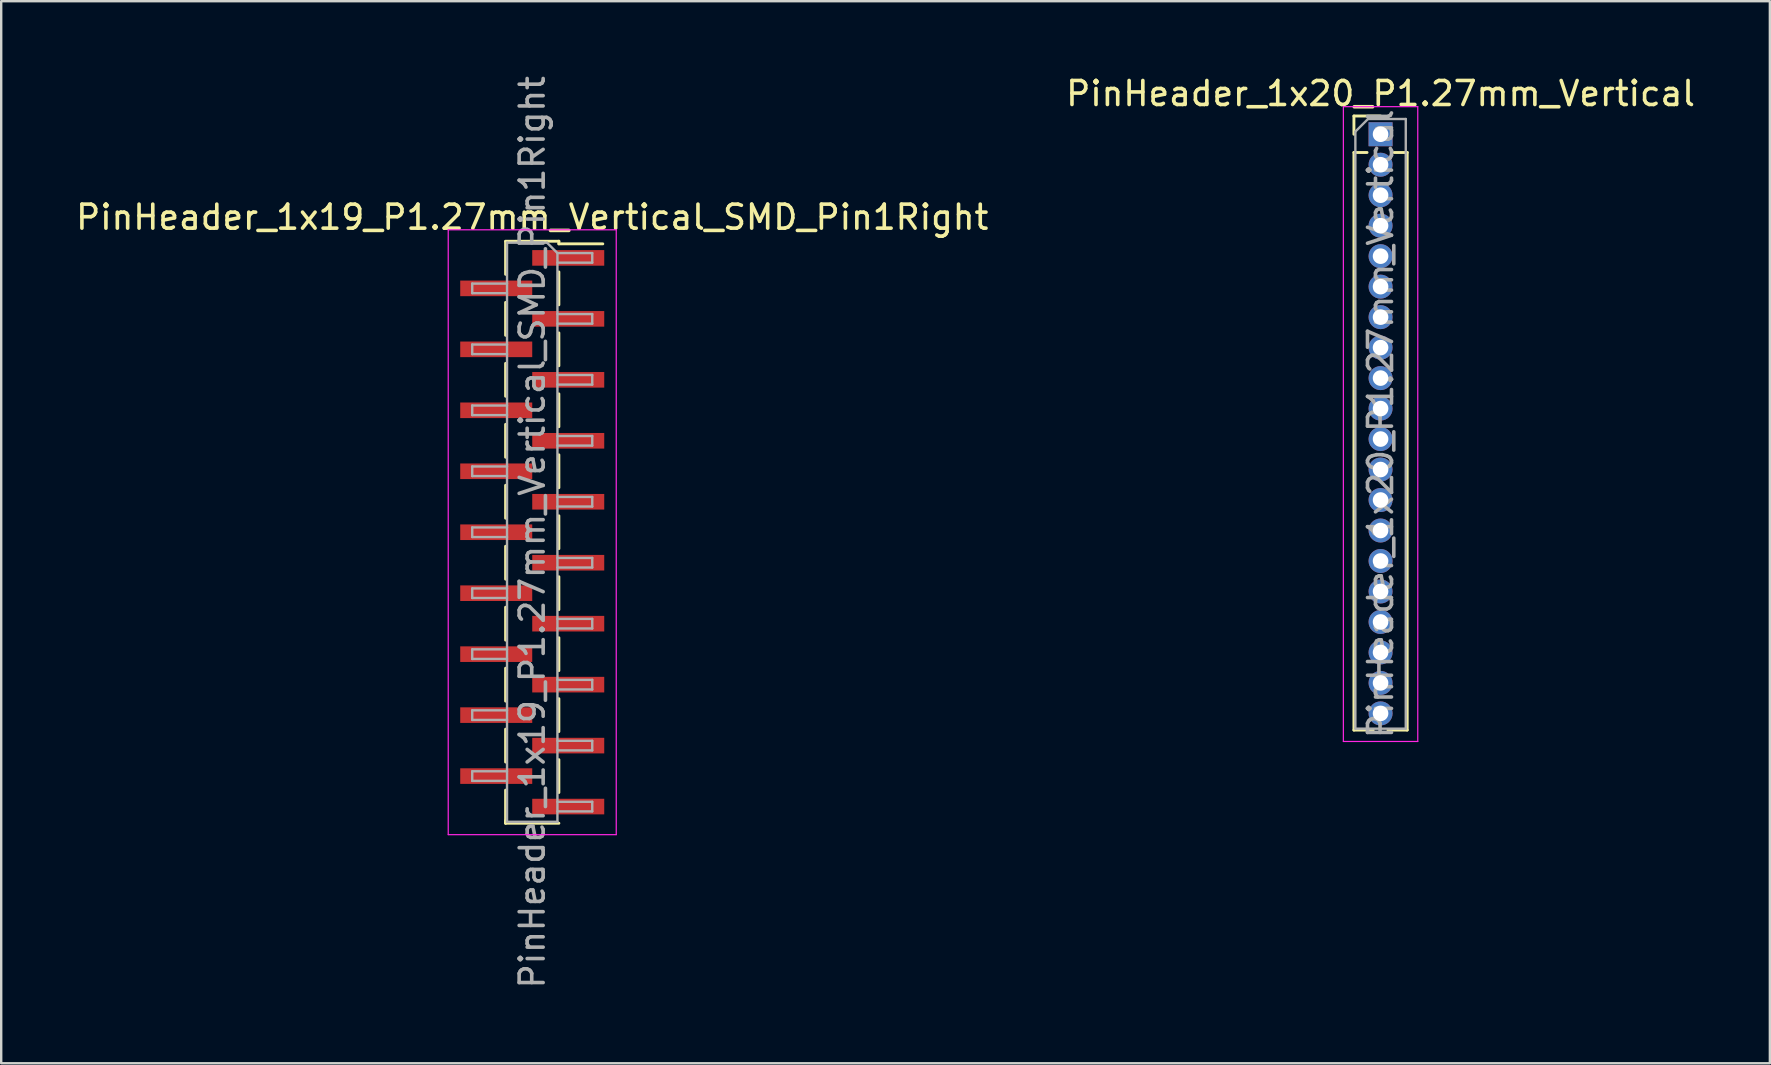
<source format=kicad_pcb>
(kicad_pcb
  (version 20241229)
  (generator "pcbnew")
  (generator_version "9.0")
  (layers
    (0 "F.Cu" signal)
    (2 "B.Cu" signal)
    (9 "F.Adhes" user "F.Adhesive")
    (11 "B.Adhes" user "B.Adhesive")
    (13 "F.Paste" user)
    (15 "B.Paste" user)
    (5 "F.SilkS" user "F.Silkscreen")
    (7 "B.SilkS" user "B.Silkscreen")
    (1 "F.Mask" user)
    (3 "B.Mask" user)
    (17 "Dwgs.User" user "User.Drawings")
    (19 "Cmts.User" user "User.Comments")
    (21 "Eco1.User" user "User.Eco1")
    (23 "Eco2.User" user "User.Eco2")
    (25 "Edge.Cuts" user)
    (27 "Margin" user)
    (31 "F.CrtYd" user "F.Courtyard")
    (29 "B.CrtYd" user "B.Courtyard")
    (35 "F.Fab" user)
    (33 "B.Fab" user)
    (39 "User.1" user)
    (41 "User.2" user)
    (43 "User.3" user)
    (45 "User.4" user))
  (footprint "PinHeader_1x20_P1.27mm_Vertical"
    (layer "F.Cu")
    (at 54.47 2.543)
    (property "Reference" "PinHeader_1x20_P1.27mm_Vertical" (at 0 -1.695 0) (layer "F.SilkS") (effects (font (size 1 1) (thickness 0.15))))
    (attr through_hole)
    (fp_line (start -1.11 -0.76) (end 0 -0.76) (stroke (width 0.12) (type solid)) (layer "F.SilkS"))
    (fp_line (start -1.11 0) (end -1.11 -0.76) (stroke (width 0.12) (type solid)) (layer "F.SilkS"))
    (fp_line (start -1.11 0.76) (end -1.11 24.825) (stroke (width 0.12) (type solid)) (layer "F.SilkS"))
    (fp_line (start -1.11 0.76) (end -0.563 0.76) (stroke (width 0.12) (type solid)) (layer "F.SilkS"))
    (fp_line (start -1.11 24.825) (end -0.308 24.825) (stroke (width 0.12) (type solid)) (layer "F.SilkS"))
    (fp_line (start 0.308 24.825) (end 1.11 24.825) (stroke (width 0.12) (type solid)) (layer "F.SilkS"))
    (fp_line (start 0.563 0.76) (end 1.11 0.76) (stroke (width 0.12) (type solid)) (layer "F.SilkS"))
    (fp_line (start 1.11 0.76) (end 1.11 24.825) (stroke (width 0.12) (type solid)) (layer "F.SilkS"))
    (fp_line (start -1.55 -1.15) (end -1.55 25.3) (stroke (width 0.05) (type solid)) (layer "F.CrtYd"))
    (fp_line (start -1.55 25.3) (end 1.55 25.3) (stroke (width 0.05) (type solid)) (layer "F.CrtYd"))
    (fp_line (start 1.55 -1.15) (end -1.55 -1.15) (stroke (width 0.05) (type solid)) (layer "F.CrtYd"))
    (fp_line (start 1.55 25.3) (end 1.55 -1.15) (stroke (width 0.05) (type solid)) (layer "F.CrtYd"))
    (fp_line (start -1.05 -0.11) (end -0.525 -0.635) (stroke (width 0.1) (type solid)) (layer "F.Fab"))
    (fp_line (start -1.05 24.765) (end -1.05 -0.11) (stroke (width 0.1) (type solid)) (layer "F.Fab"))
    (fp_line (start -0.525 -0.635) (end 1.05 -0.635) (stroke (width 0.1) (type solid)) (layer "F.Fab"))
    (fp_line (start 1.05 -0.635) (end 1.05 24.765) (stroke (width 0.1) (type solid)) (layer "F.Fab"))
    (fp_line (start 1.05 24.765) (end -1.05 24.765) (stroke (width 0.1) (type solid)) (layer "F.Fab"))
    (fp_text user "${REFERENCE}" (at 0 12.065 90) (layer "F.Fab") (effects (font (size 1 1) (thickness 0.15))))
    (pad "1" thru_hole rect (at 0 0) (size 1 1) (drill 0.65) (layers "*.Cu" "*.Mask"))
    (pad "2" thru_hole oval (at 0 1.27) (size 1 1) (drill 0.65) (layers "*.Cu" "*.Mask"))
    (pad "3" thru_hole oval (at 0 2.54) (size 1 1) (drill 0.65) (layers "*.Cu" "*.Mask"))
    (pad "4" thru_hole oval (at 0 3.81) (size 1 1) (drill 0.65) (layers "*.Cu" "*.Mask"))
    (pad "5" thru_hole oval (at 0 5.08) (size 1 1) (drill 0.65) (layers "*.Cu" "*.Mask"))
    (pad "6" thru_hole oval (at 0 6.35) (size 1 1) (drill 0.65) (layers "*.Cu" "*.Mask"))
    (pad "7" thru_hole oval (at 0 7.62) (size 1 1) (drill 0.65) (layers "*.Cu" "*.Mask"))
    (pad "8" thru_hole oval (at 0 8.89) (size 1 1) (drill 0.65) (layers "*.Cu" "*.Mask"))
    (pad "9" thru_hole oval (at 0 10.16) (size 1 1) (drill 0.65) (layers "*.Cu" "*.Mask"))
    (pad "10" thru_hole oval (at 0 11.43) (size 1 1) (drill 0.65) (layers "*.Cu" "*.Mask"))
    (pad "11" thru_hole oval (at 0 12.7) (size 1 1) (drill 0.65) (layers "*.Cu" "*.Mask"))
    (pad "12" thru_hole oval (at 0 13.97) (size 1 1) (drill 0.65) (layers "*.Cu" "*.Mask"))
    (pad "13" thru_hole oval (at 0 15.24) (size 1 1) (drill 0.65) (layers "*.Cu" "*.Mask"))
    (pad "14" thru_hole oval (at 0 16.51) (size 1 1) (drill 0.65) (layers "*.Cu" "*.Mask"))
    (pad "15" thru_hole oval (at 0 17.78) (size 1 1) (drill 0.65) (layers "*.Cu" "*.Mask"))
    (pad "16" thru_hole oval (at 0 19.05) (size 1 1) (drill 0.65) (layers "*.Cu" "*.Mask"))
    (pad "17" thru_hole oval (at 0 20.32) (size 1 1) (drill 0.65) (layers "*.Cu" "*.Mask"))
    (pad "18" thru_hole oval (at 0 21.59) (size 1 1) (drill 0.65) (layers "*.Cu" "*.Mask"))
    (pad "19" thru_hole oval (at 0 22.86) (size 1 1) (drill 0.65) (layers "*.Cu" "*.Mask"))
    (pad "20" thru_hole oval (at 0 24.13) (size 1 1) (drill 0.65) (layers "*.Cu" "*.Mask")))
  (footprint "PinHeader_1x19_P1.27mm_Vertical_SMD_Pin1Right"
    (layer "F.Cu")
    (at 19.125 19.125)
    (property "Reference" "PinHeader_1x19_P1.27mm_Vertical_SMD_Pin1Right" (at 0 -13.125 0) (layer "F.SilkS") (effects (font (size 1 1) (thickness 0.15))))
    (attr smd)
    (fp_line (start -1.11 -12.125) (end 1.11 -12.125) (stroke (width 0.12) (type solid)) (layer "F.SilkS"))
    (fp_line (start -1.11 -12.115) (end -1.11 -10.745) (stroke (width 0.12) (type solid)) (layer "F.SilkS"))
    (fp_line (start -1.11 -9.575) (end -1.11 -8.205) (stroke (width 0.12) (type solid)) (layer "F.SilkS"))
    (fp_line (start -1.11 -7.035) (end -1.11 -5.665) (stroke (width 0.12) (type solid)) (layer "F.SilkS"))
    (fp_line (start -1.11 -4.495) (end -1.11 -3.125) (stroke (width 0.12) (type solid)) (layer "F.SilkS"))
    (fp_line (start -1.11 -1.955) (end -1.11 -0.585) (stroke (width 0.12) (type solid)) (layer "F.SilkS"))
    (fp_line (start -1.11 0.585) (end -1.11 1.955) (stroke (width 0.12) (type solid)) (layer "F.SilkS"))
    (fp_line (start -1.11 3.125) (end -1.11 4.495) (stroke (width 0.12) (type solid)) (layer "F.SilkS"))
    (fp_line (start -1.11 5.665) (end -1.11 7.035) (stroke (width 0.12) (type solid)) (layer "F.SilkS"))
    (fp_line (start -1.11 8.205) (end -1.11 9.575) (stroke (width 0.12) (type solid)) (layer "F.SilkS"))
    (fp_line (start -1.11 10.745) (end -1.11 12.115) (stroke (width 0.12) (type solid)) (layer "F.SilkS"))
    (fp_line (start -1.11 12.015) (end -1.11 12.125) (stroke (width 0.12) (type solid)) (layer "F.SilkS"))
    (fp_line (start -1.11 12.125) (end 1.11 12.125) (stroke (width 0.12) (type solid)) (layer "F.SilkS"))
    (fp_line (start 1.11 -12.125) (end 1.11 -12.015) (stroke (width 0.12) (type solid)) (layer "F.SilkS"))
    (fp_line (start 1.11 -12.015) (end 2.94 -12.015) (stroke (width 0.12) (type solid)) (layer "F.SilkS"))
    (fp_line (start 1.11 -10.845) (end 1.11 -9.475) (stroke (width 0.12) (type solid)) (layer "F.SilkS"))
    (fp_line (start 1.11 -8.305) (end 1.11 -6.935) (stroke (width 0.12) (type solid)) (layer "F.SilkS"))
    (fp_line (start 1.11 -5.765) (end 1.11 -4.395) (stroke (width 0.12) (type solid)) (layer "F.SilkS"))
    (fp_line (start 1.11 -3.225) (end 1.11 -1.855) (stroke (width 0.12) (type solid)) (layer "F.SilkS"))
    (fp_line (start 1.11 -0.685) (end 1.11 0.685) (stroke (width 0.12) (type solid)) (layer "F.SilkS"))
    (fp_line (start 1.11 1.855) (end 1.11 3.225) (stroke (width 0.12) (type solid)) (layer "F.SilkS"))
    (fp_line (start 1.11 4.395) (end 1.11 5.765) (stroke (width 0.12) (type solid)) (layer "F.SilkS"))
    (fp_line (start 1.11 6.935) (end 1.11 8.305) (stroke (width 0.12) (type solid)) (layer "F.SilkS"))
    (fp_line (start 1.11 9.475) (end 1.11 10.845) (stroke (width 0.12) (type solid)) (layer "F.SilkS"))
    (fp_line (start -3.5 -12.6) (end -3.5 12.6) (stroke (width 0.05) (type solid)) (layer "F.CrtYd"))
    (fp_line (start -3.5 12.6) (end 3.5 12.6) (stroke (width 0.05) (type solid)) (layer "F.CrtYd"))
    (fp_line (start 3.5 -12.6) (end -3.5 -12.6) (stroke (width 0.05) (type solid)) (layer "F.CrtYd"))
    (fp_line (start 3.5 12.6) (end 3.5 -12.6) (stroke (width 0.05) (type solid)) (layer "F.CrtYd"))
    (fp_line (start -2.5 -10.36) (end -2.5 -9.96) (stroke (width 0.1) (type solid)) (layer "F.Fab"))
    (fp_line (start -2.5 -9.96) (end -1.05 -9.96) (stroke (width 0.1) (type solid)) (layer "F.Fab"))
    (fp_line (start -2.5 -7.82) (end -2.5 -7.42) (stroke (width 0.1) (type solid)) (layer "F.Fab"))
    (fp_line (start -2.5 -7.42) (end -1.05 -7.42) (stroke (width 0.1) (type solid)) (layer "F.Fab"))
    (fp_line (start -2.5 -5.28) (end -2.5 -4.88) (stroke (width 0.1) (type solid)) (layer "F.Fab"))
    (fp_line (start -2.5 -4.88) (end -1.05 -4.88) (stroke (width 0.1) (type solid)) (layer "F.Fab"))
    (fp_line (start -2.5 -2.74) (end -2.5 -2.34) (stroke (width 0.1) (type solid)) (layer "F.Fab"))
    (fp_line (start -2.5 -2.34) (end -1.05 -2.34) (stroke (width 0.1) (type solid)) (layer "F.Fab"))
    (fp_line (start -2.5 -0.2) (end -2.5 0.2) (stroke (width 0.1) (type solid)) (layer "F.Fab"))
    (fp_line (start -2.5 0.2) (end -1.05 0.2) (stroke (width 0.1) (type solid)) (layer "F.Fab"))
    (fp_line (start -2.5 2.34) (end -2.5 2.74) (stroke (width 0.1) (type solid)) (layer "F.Fab"))
    (fp_line (start -2.5 2.74) (end -1.05 2.74) (stroke (width 0.1) (type solid)) (layer "F.Fab"))
    (fp_line (start -2.5 4.88) (end -2.5 5.28) (stroke (width 0.1) (type solid)) (layer "F.Fab"))
    (fp_line (start -2.5 5.28) (end -1.05 5.28) (stroke (width 0.1) (type solid)) (layer "F.Fab"))
    (fp_line (start -2.5 7.42) (end -2.5 7.82) (stroke (width 0.1) (type solid)) (layer "F.Fab"))
    (fp_line (start -2.5 7.82) (end -1.05 7.82) (stroke (width 0.1) (type solid)) (layer "F.Fab"))
    (fp_line (start -2.5 9.96) (end -2.5 10.36) (stroke (width 0.1) (type solid)) (layer "F.Fab"))
    (fp_line (start -2.5 10.36) (end -1.05 10.36) (stroke (width 0.1) (type solid)) (layer "F.Fab"))
    (fp_line (start -1.05 -12.065) (end -1.05 12.065) (stroke (width 0.1) (type solid)) (layer "F.Fab"))
    (fp_line (start -1.05 -12.065) (end 0.615 -12.065) (stroke (width 0.1) (type solid)) (layer "F.Fab"))
    (fp_line (start -1.05 -10.36) (end -2.5 -10.36) (stroke (width 0.1) (type solid)) (layer "F.Fab"))
    (fp_line (start -1.05 -7.82) (end -2.5 -7.82) (stroke (width 0.1) (type solid)) (layer "F.Fab"))
    (fp_line (start -1.05 -5.28) (end -2.5 -5.28) (stroke (width 0.1) (type solid)) (layer "F.Fab"))
    (fp_line (start -1.05 -2.74) (end -2.5 -2.74) (stroke (width 0.1) (type solid)) (layer "F.Fab"))
    (fp_line (start -1.05 -0.2) (end -2.5 -0.2) (stroke (width 0.1) (type solid)) (layer "F.Fab"))
    (fp_line (start -1.05 2.34) (end -2.5 2.34) (stroke (width 0.1) (type solid)) (layer "F.Fab"))
    (fp_line (start -1.05 4.88) (end -2.5 4.88) (stroke (width 0.1) (type solid)) (layer "F.Fab"))
    (fp_line (start -1.05 7.42) (end -2.5 7.42) (stroke (width 0.1) (type solid)) (layer "F.Fab"))
    (fp_line (start -1.05 9.96) (end -2.5 9.96) (stroke (width 0.1) (type solid)) (layer "F.Fab"))
    (fp_line (start 1.05 -11.63) (end 0.615 -12.065) (stroke (width 0.1) (type solid)) (layer "F.Fab"))
    (fp_line (start 1.05 -11.63) (end 2.5 -11.63) (stroke (width 0.1) (type solid)) (layer "F.Fab"))
    (fp_line (start 1.05 -9.09) (end 2.5 -9.09) (stroke (width 0.1) (type solid)) (layer "F.Fab"))
    (fp_line (start 1.05 -6.55) (end 2.5 -6.55) (stroke (width 0.1) (type solid)) (layer "F.Fab"))
    (fp_line (start 1.05 -4.01) (end 2.5 -4.01) (stroke (width 0.1) (type solid)) (layer "F.Fab"))
    (fp_line (start 1.05 -1.47) (end 2.5 -1.47) (stroke (width 0.1) (type solid)) (layer "F.Fab"))
    (fp_line (start 1.05 1.07) (end 2.5 1.07) (stroke (width 0.1) (type solid)) (layer "F.Fab"))
    (fp_line (start 1.05 3.61) (end 2.5 3.61) (stroke (width 0.1) (type solid)) (layer "F.Fab"))
    (fp_line (start 1.05 6.15) (end 2.5 6.15) (stroke (width 0.1) (type solid)) (layer "F.Fab"))
    (fp_line (start 1.05 8.69) (end 2.5 8.69) (stroke (width 0.1) (type solid)) (layer "F.Fab"))
    (fp_line (start 1.05 11.23) (end 2.5 11.23) (stroke (width 0.1) (type solid)) (layer "F.Fab"))
    (fp_line (start 1.05 12.065) (end -1.05 12.065) (stroke (width 0.1) (type solid)) (layer "F.Fab"))
    (fp_line (start 1.05 12.065) (end 1.05 -11.63) (stroke (width 0.1) (type solid)) (layer "F.Fab"))
    (fp_line (start 2.5 -11.63) (end 2.5 -11.23) (stroke (width 0.1) (type solid)) (layer "F.Fab"))
    (fp_line (start 2.5 -11.23) (end 1.05 -11.23) (stroke (width 0.1) (type solid)) (layer "F.Fab"))
    (fp_line (start 2.5 -9.09) (end 2.5 -8.69) (stroke (width 0.1) (type solid)) (layer "F.Fab"))
    (fp_line (start 2.5 -8.69) (end 1.05 -8.69) (stroke (width 0.1) (type solid)) (layer "F.Fab"))
    (fp_line (start 2.5 -6.55) (end 2.5 -6.15) (stroke (width 0.1) (type solid)) (layer "F.Fab"))
    (fp_line (start 2.5 -6.15) (end 1.05 -6.15) (stroke (width 0.1) (type solid)) (layer "F.Fab"))
    (fp_line (start 2.5 -4.01) (end 2.5 -3.61) (stroke (width 0.1) (type solid)) (layer "F.Fab"))
    (fp_line (start 2.5 -3.61) (end 1.05 -3.61) (stroke (width 0.1) (type solid)) (layer "F.Fab"))
    (fp_line (start 2.5 -1.47) (end 2.5 -1.07) (stroke (width 0.1) (type solid)) (layer "F.Fab"))
    (fp_line (start 2.5 -1.07) (end 1.05 -1.07) (stroke (width 0.1) (type solid)) (layer "F.Fab"))
    (fp_line (start 2.5 1.07) (end 2.5 1.47) (stroke (width 0.1) (type solid)) (layer "F.Fab"))
    (fp_line (start 2.5 1.47) (end 1.05 1.47) (stroke (width 0.1) (type solid)) (layer "F.Fab"))
    (fp_line (start 2.5 3.61) (end 2.5 4.01) (stroke (width 0.1) (type solid)) (layer "F.Fab"))
    (fp_line (start 2.5 4.01) (end 1.05 4.01) (stroke (width 0.1) (type solid)) (layer "F.Fab"))
    (fp_line (start 2.5 6.15) (end 2.5 6.55) (stroke (width 0.1) (type solid)) (layer "F.Fab"))
    (fp_line (start 2.5 6.55) (end 1.05 6.55) (stroke (width 0.1) (type solid)) (layer "F.Fab"))
    (fp_line (start 2.5 8.69) (end 2.5 9.09) (stroke (width 0.1) (type solid)) (layer "F.Fab"))
    (fp_line (start 2.5 9.09) (end 1.05 9.09) (stroke (width 0.1) (type solid)) (layer "F.Fab"))
    (fp_line (start 2.5 11.23) (end 2.5 11.63) (stroke (width 0.1) (type solid)) (layer "F.Fab"))
    (fp_line (start 2.5 11.63) (end 1.05 11.63) (stroke (width 0.1) (type solid)) (layer "F.Fab"))
    (fp_text user "${REFERENCE}" (at 0 0 90) (layer "F.Fab") (effects (font (size 1 1) (thickness 0.15))))
    (pad "1" smd rect (at 1.5 -11.43) (size 3 0.65) (layers "F.Cu" "F.Mask" "F.Paste"))
    (pad "2" smd rect (at -1.5 -10.16) (size 3 0.65) (layers "F.Cu" "F.Mask" "F.Paste"))
    (pad "3" smd rect (at 1.5 -8.89) (size 3 0.65) (layers "F.Cu" "F.Mask" "F.Paste"))
    (pad "4" smd rect (at -1.5 -7.62) (size 3 0.65) (layers "F.Cu" "F.Mask" "F.Paste"))
    (pad "5" smd rect (at 1.5 -6.35) (size 3 0.65) (layers "F.Cu" "F.Mask" "F.Paste"))
    (pad "6" smd rect (at -1.5 -5.08) (size 3 0.65) (layers "F.Cu" "F.Mask" "F.Paste"))
    (pad "7" smd rect (at 1.5 -3.81) (size 3 0.65) (layers "F.Cu" "F.Mask" "F.Paste"))
    (pad "8" smd rect (at -1.5 -2.54) (size 3 0.65) (layers "F.Cu" "F.Mask" "F.Paste"))
    (pad "9" smd rect (at 1.5 -1.27) (size 3 0.65) (layers "F.Cu" "F.Mask" "F.Paste"))
    (pad "10" smd rect (at -1.5 0) (size 3 0.65) (layers "F.Cu" "F.Mask" "F.Paste"))
    (pad "11" smd rect (at 1.5 1.27) (size 3 0.65) (layers "F.Cu" "F.Mask" "F.Paste"))
    (pad "12" smd rect (at -1.5 2.54) (size 3 0.65) (layers "F.Cu" "F.Mask" "F.Paste"))
    (pad "13" smd rect (at 1.5 3.81) (size 3 0.65) (layers "F.Cu" "F.Mask" "F.Paste"))
    (pad "14" smd rect (at -1.5 5.08) (size 3 0.65) (layers "F.Cu" "F.Mask" "F.Paste"))
    (pad "15" smd rect (at 1.5 6.35) (size 3 0.65) (layers "F.Cu" "F.Mask" "F.Paste"))
    (pad "16" smd rect (at -1.5 7.62) (size 3 0.65) (layers "F.Cu" "F.Mask" "F.Paste"))
    (pad "17" smd rect (at 1.5 8.89) (size 3 0.65) (layers "F.Cu" "F.Mask" "F.Paste"))
    (pad "18" smd rect (at -1.5 10.16) (size 3 0.65) (layers "F.Cu" "F.Mask" "F.Paste"))
    (pad "19" smd rect (at 1.5 11.43) (size 3 0.65) (layers "F.Cu" "F.Mask" "F.Paste")))
  (gr_rect
    (start -3 -3)
    (end 70.69 41.25)
    (stroke (width 0.1) (type default))
    (fill no)
    (layer "Edge.Cuts")))
</source>
